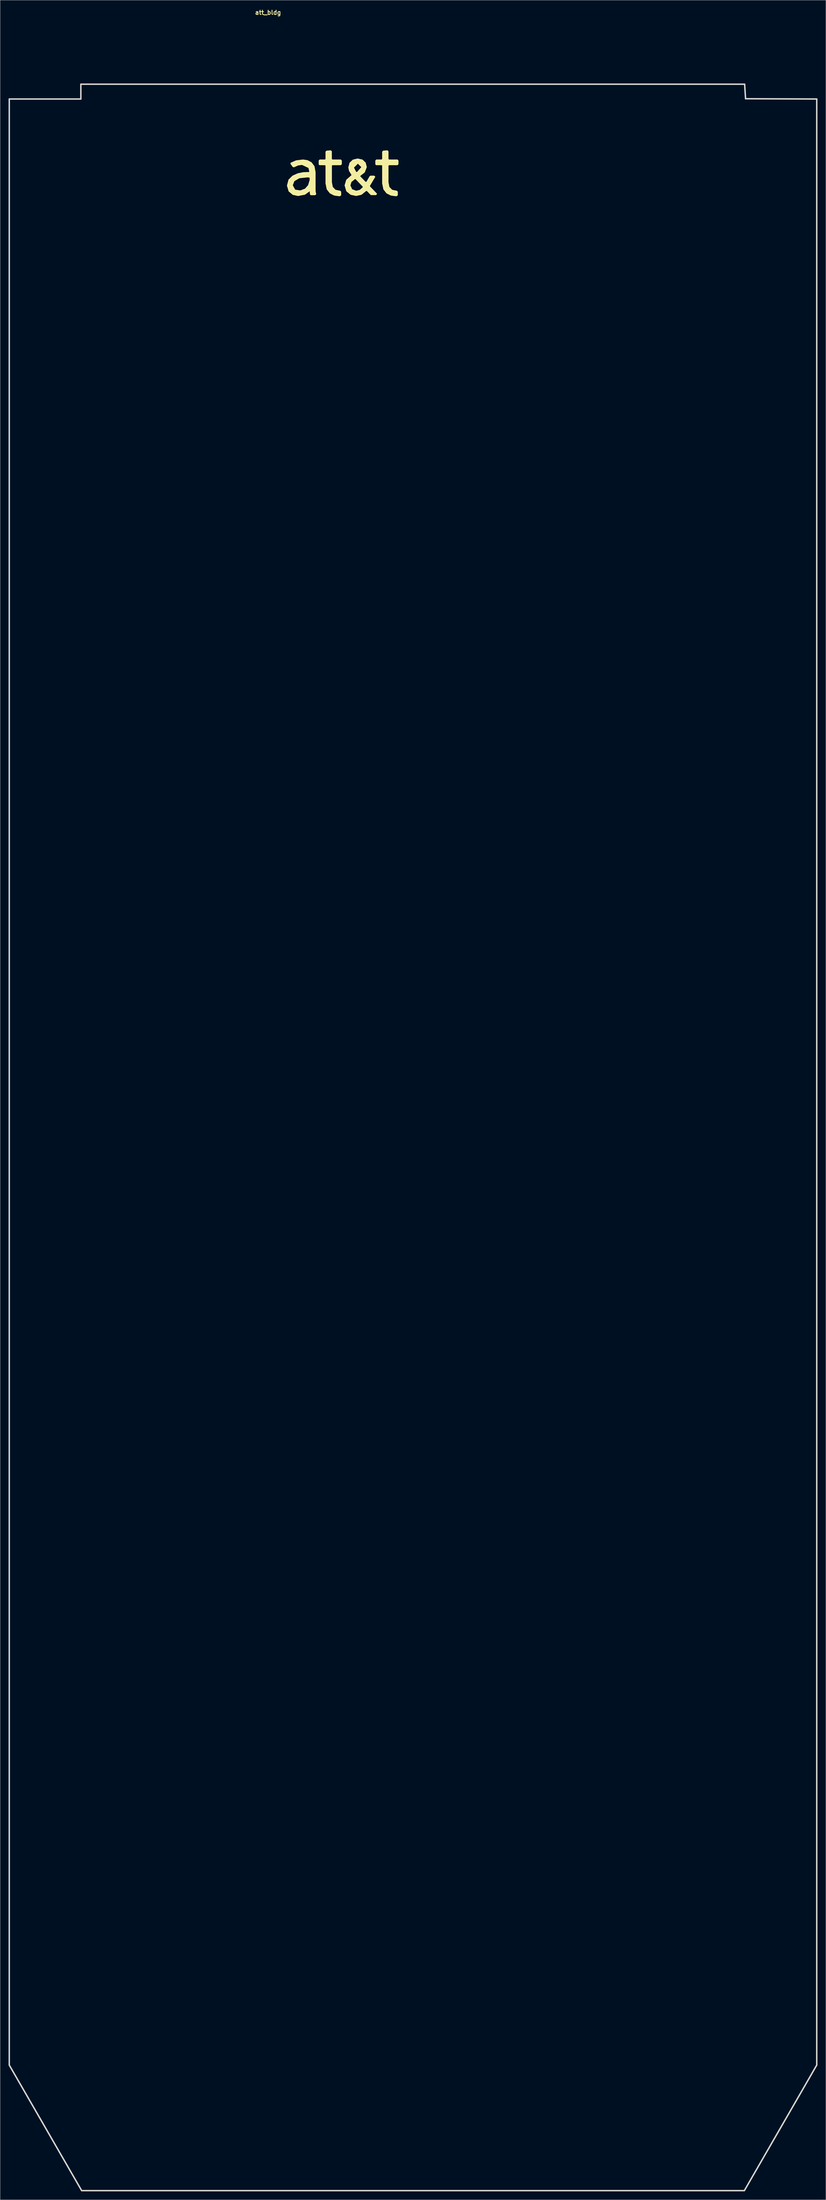
<source format=kicad_pcb>
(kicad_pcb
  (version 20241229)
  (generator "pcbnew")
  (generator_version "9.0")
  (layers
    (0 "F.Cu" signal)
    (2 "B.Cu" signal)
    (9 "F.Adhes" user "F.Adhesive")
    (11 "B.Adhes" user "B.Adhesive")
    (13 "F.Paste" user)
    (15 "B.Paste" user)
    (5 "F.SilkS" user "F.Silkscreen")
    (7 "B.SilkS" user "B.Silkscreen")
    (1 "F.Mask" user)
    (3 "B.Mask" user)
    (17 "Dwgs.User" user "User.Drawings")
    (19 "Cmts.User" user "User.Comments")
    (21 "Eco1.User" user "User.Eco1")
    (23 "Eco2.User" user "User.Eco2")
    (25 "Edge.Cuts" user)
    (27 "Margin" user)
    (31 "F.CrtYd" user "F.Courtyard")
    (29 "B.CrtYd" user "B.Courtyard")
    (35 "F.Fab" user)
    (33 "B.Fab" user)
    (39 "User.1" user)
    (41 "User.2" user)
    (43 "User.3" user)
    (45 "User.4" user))
  (footprint "att_bldg"
    (layer "F.Cu")
    (at 92.807 391.957)
    (property "Reference" "att_bldg" (at 0 -390.531 0) (layer "F.SilkS") (effects (font (size 1.524 1.524) (thickness 0.305))))
    (attr smd)
    (fp_poly (pts (xy -63.683 -304.417) (xy -32.405 -304.417) (xy -32.405 -293.549) (xy -63.683 -293.549) (xy -63.683 -304.417)) (stroke (width 0.254) (type solid)) (fill yes) (layer "F.Mask"))
    (fp_poly (pts (xy -63.683 -288.542) (xy -32.405 -288.542) (xy -32.405 -277.674) (xy -63.683 -277.674) (xy -63.683 -288.542)) (stroke (width 0.254) (type solid)) (fill yes) (layer "F.Mask"))
    (fp_poly (pts (xy -63.683 -272.667) (xy -32.405 -272.667) (xy -32.405 -261.799) (xy -63.683 -261.799) (xy -63.683 -272.667)) (stroke (width 0.254) (type solid)) (fill yes) (layer "F.Mask"))
    (fp_poly (pts (xy -63.683 -256.792) (xy -32.405 -256.792) (xy -32.405 -245.924) (xy -63.683 -245.924) (xy -63.683 -256.792)) (stroke (width 0.254) (type solid)) (fill yes) (layer "F.Mask"))
    (fp_poly (pts (xy -63.683 -240.917) (xy -32.405 -240.917) (xy -32.405 -230.049) (xy -63.683 -230.049) (xy -63.683 -240.917)) (stroke (width 0.254) (type solid)) (fill yes) (layer "F.Mask"))
    (fp_poly (pts (xy -63.683 -225.042) (xy -32.405 -225.042) (xy -32.405 -214.174) (xy -63.683 -214.174) (xy -63.683 -225.042)) (stroke (width 0.254) (type solid)) (fill yes) (layer "F.Mask"))
    (fp_poly (pts (xy -63.683 -209.167) (xy -32.405 -209.167) (xy -32.405 -198.299) (xy -63.683 -198.299) (xy -63.683 -209.167)) (stroke (width 0.254) (type solid)) (fill yes) (layer "F.Mask"))
    (fp_poly (pts (xy -63.683 -193.292) (xy -32.405 -193.292) (xy -32.405 -182.424) (xy -63.683 -182.424) (xy -63.683 -193.292)) (stroke (width 0.254) (type solid)) (fill yes) (layer "F.Mask"))
    (fp_poly (pts (xy -63.683 -177.417) (xy -32.405 -177.417) (xy -32.405 -166.549) (xy -63.683 -166.549) (xy -63.683 -177.417)) (stroke (width 0.254) (type solid)) (fill yes) (layer "F.Mask"))
    (fp_poly (pts (xy -63.683 -161.542) (xy -32.405 -161.542) (xy -32.405 -150.674) (xy -63.683 -150.674) (xy -63.683 -161.542)) (stroke (width 0.254) (type solid)) (fill yes) (layer "F.Mask"))
    (fp_poly (pts (xy -63.683 -145.667) (xy -32.405 -145.667) (xy -32.405 -134.799) (xy -63.683 -134.799) (xy -63.683 -145.667)) (stroke (width 0.254) (type solid)) (fill yes) (layer "F.Mask"))
    (fp_poly (pts (xy -63.683 -129.792) (xy -32.405 -129.792) (xy -32.405 -118.924) (xy -63.683 -118.924) (xy -63.683 -129.792)) (stroke (width 0.254) (type solid)) (fill yes) (layer "F.Mask"))
    (fp_poly (pts (xy -63.683 -113.917) (xy -32.405 -113.917) (xy -32.405 -103.049) (xy -63.683 -103.049) (xy -63.683 -113.917)) (stroke (width 0.254) (type solid)) (fill yes) (layer "F.Mask"))
    (fp_poly (pts (xy -63.683 -98.042) (xy -32.405 -98.042) (xy -32.405 -87.174) (xy -63.683 -87.174) (xy -63.683 -98.042)) (stroke (width 0.254) (type solid)) (fill yes) (layer "F.Mask"))
    (fp_poly (pts (xy -63.683 -82.167) (xy -32.405 -82.167) (xy -32.405 -71.299) (xy -63.683 -71.299) (xy -63.683 -82.167)) (stroke (width 0.254) (type solid)) (fill yes) (layer "F.Mask"))
    (fp_poly (pts (xy -63.683 -66.292) (xy -32.405 -66.292) (xy -32.405 -55.424) (xy -63.683 -55.424) (xy -63.683 -66.292)) (stroke (width 0.254) (type solid)) (fill yes) (layer "F.Mask"))
    (fp_poly (pts (xy -63.683 -50.417) (xy -32.405 -50.417) (xy -32.405 -39.549) (xy -63.683 -39.549) (xy -63.683 -50.417)) (stroke (width 0.254) (type solid)) (fill yes) (layer "F.Mask"))
    (fp_poly (pts (xy -63.683 -34.542) (xy -32.405 -34.542) (xy -32.405 -23.675) (xy -63.683 -23.675) (xy -63.683 -34.542)) (stroke (width 0.254) (type solid)) (fill yes) (layer "F.Mask"))
    (fp_poly (pts (xy -63.683 -18.667) (xy -32.405 -18.667) (xy -32.405 -7.8) (xy -63.683 -7.8) (xy -63.683 -18.667)) (stroke (width 0.254) (type solid)) (fill yes) (layer "F.Mask"))
    (fp_poly (pts (xy -63.683 -2.792) (xy -32.405 -2.792) (xy -32.405 8.075) (xy -63.683 8.075) (xy -63.683 -2.792)) (stroke (width 0.254) (type solid)) (fill yes) (layer "F.Mask"))
    (fp_poly (pts (xy -63.683 13.083) (xy -32.405 13.083) (xy -32.405 23.95) (xy -63.683 23.95) (xy -63.683 13.083)) (stroke (width 0.254) (type solid)) (fill yes) (layer "F.Mask"))
    (fp_poly (pts (xy -63.683 28.958) (xy -32.405 28.958) (xy -32.405 39.825) (xy -63.683 39.825) (xy -63.683 28.958)) (stroke (width 0.254) (type solid)) (fill yes) (layer "F.Mask"))
    (fp_poly (pts (xy -63.683 44.833) (xy -32.405 44.833) (xy -32.405 55.7) (xy -63.683 55.7) (xy -63.683 44.833)) (stroke (width 0.254) (type solid)) (fill yes) (layer "F.Mask"))
    (fp_poly (pts (xy -63.683 60.708) (xy -32.405 60.708) (xy -32.405 71.575) (xy -63.683 71.575) (xy -63.683 60.708)) (stroke (width 0.254) (type solid)) (fill yes) (layer "F.Mask"))
    (fp_poly (pts (xy -63.683 76.583) (xy -32.405 76.583) (xy -32.405 87.45) (xy -63.683 87.45) (xy -63.683 76.583)) (stroke (width 0.254) (type solid)) (fill yes) (layer "F.Mask"))
    (fp_poly (pts (xy -63.683 92.458) (xy -32.405 92.458) (xy -32.405 103.325) (xy -63.683 103.325) (xy -63.683 92.458)) (stroke (width 0.254) (type solid)) (fill yes) (layer "F.Mask"))
    (fp_poly (pts (xy -63.683 108.333) (xy -32.405 108.333) (xy -32.405 119.2) (xy -63.683 119.2) (xy -63.683 108.333)) (stroke (width 0.254) (type solid)) (fill yes) (layer "F.Mask"))
    (fp_poly (pts (xy -63.683 124.208) (xy -32.405 124.208) (xy -32.405 135.075) (xy -63.683 135.075) (xy -63.683 124.208)) (stroke (width 0.254) (type solid)) (fill yes) (layer "F.Mask"))
    (fp_poly (pts (xy -63.683 140.083) (xy -32.405 140.083) (xy -32.405 150.95) (xy -63.683 150.95) (xy -63.683 140.083)) (stroke (width 0.254) (type solid)) (fill yes) (layer "F.Mask"))
    (fp_poly (pts (xy -63.683 155.958) (xy -32.405 155.958) (xy -32.405 166.825) (xy -63.683 166.825) (xy -63.683 155.958)) (stroke (width 0.254) (type solid)) (fill yes) (layer "F.Mask"))
    (fp_poly (pts (xy -63.683 171.833) (xy -32.405 171.833) (xy -32.405 182.7) (xy -63.683 182.7) (xy -63.683 171.833)) (stroke (width 0.254) (type solid)) (fill yes) (layer "F.Mask"))
    (fp_poly (pts (xy -63.683 187.708) (xy -32.405 187.708) (xy -32.405 198.575) (xy -63.683 198.575) (xy -63.683 187.708)) (stroke (width 0.254) (type solid)) (fill yes) (layer "F.Mask"))
    (fp_poly (pts (xy -63.683 203.583) (xy -32.405 203.583) (xy -32.405 214.45) (xy -63.683 214.45) (xy -63.683 203.583)) (stroke (width 0.254) (type solid)) (fill yes) (layer "F.Mask"))
    (fp_poly (pts (xy -63.683 219.458) (xy -32.405 219.458) (xy -32.405 230.325) (xy -63.683 230.325) (xy -63.683 219.458)) (stroke (width 0.254) (type solid)) (fill yes) (layer "F.Mask"))
    (fp_poly (pts (xy -63.683 235.333) (xy -32.405 235.333) (xy -32.405 246.2) (xy -63.683 246.2) (xy -63.683 235.333)) (stroke (width 0.254) (type solid)) (fill yes) (layer "F.Mask"))
    (fp_poly (pts (xy -63.683 251.208) (xy -32.405 251.208) (xy -32.405 262.076) (xy -63.683 262.076) (xy -63.683 251.208)) (stroke (width 0.254) (type solid)) (fill yes) (layer "F.Mask"))
    (fp_poly (pts (xy -63.683 267.083) (xy -32.405 267.083) (xy -32.405 277.951) (xy -63.683 277.951) (xy -63.683 267.083)) (stroke (width 0.254) (type solid)) (fill yes) (layer "F.Mask"))
    (fp_poly (pts (xy -63.683 282.958) (xy -32.405 282.958) (xy -32.405 293.826) (xy -63.683 293.826) (xy -63.683 282.958)) (stroke (width 0.254) (type solid)) (fill yes) (layer "F.Mask"))
    (fp_poly (pts (xy -63.683 298.833) (xy -32.405 298.833) (xy -32.405 309.701) (xy -63.683 309.701) (xy -63.683 298.833)) (stroke (width 0.254) (type solid)) (fill yes) (layer "F.Mask"))
    (fp_poly (pts (xy -63.683 314.709) (xy -32.405 314.709) (xy -32.405 325.576) (xy -63.683 325.576) (xy -63.683 314.709)) (stroke (width 0.254) (type solid)) (fill yes) (layer "F.Mask"))
    (fp_poly (pts (xy -63.683 330.584) (xy -32.405 330.584) (xy -32.405 341.451) (xy -63.683 341.451) (xy -63.683 330.584)) (stroke (width 0.254) (type solid)) (fill yes) (layer "F.Mask"))
    (fp_poly (pts (xy -25.583 -304.417) (xy 5.695 -304.417) (xy 5.695 -293.549) (xy -25.583 -293.549) (xy -25.583 -304.417)) (stroke (width 0.254) (type solid)) (fill yes) (layer "F.Mask"))
    (fp_poly (pts (xy -25.583 -288.542) (xy 5.695 -288.542) (xy 5.695 -277.674) (xy -25.583 -277.674) (xy -25.583 -288.542)) (stroke (width 0.254) (type solid)) (fill yes) (layer "F.Mask"))
    (fp_poly (pts (xy -25.583 -272.667) (xy 5.695 -272.667) (xy 5.695 -261.799) (xy -25.583 -261.799) (xy -25.583 -272.667)) (stroke (width 0.254) (type solid)) (fill yes) (layer "F.Mask"))
    (fp_poly (pts (xy -25.583 -256.792) (xy 5.695 -256.792) (xy 5.695 -245.924) (xy -25.583 -245.924) (xy -25.583 -256.792)) (stroke (width 0.254) (type solid)) (fill yes) (layer "F.Mask"))
    (fp_poly (pts (xy -25.583 -240.917) (xy 5.695 -240.917) (xy 5.695 -230.049) (xy -25.583 -230.049) (xy -25.583 -240.917)) (stroke (width 0.254) (type solid)) (fill yes) (layer "F.Mask"))
    (fp_poly (pts (xy -25.583 -225.042) (xy 5.695 -225.042) (xy 5.695 -214.174) (xy -25.583 -214.174) (xy -25.583 -225.042)) (stroke (width 0.254) (type solid)) (fill yes) (layer "F.Mask"))
    (fp_poly (pts (xy -25.583 -209.167) (xy 5.695 -209.167) (xy 5.695 -198.299) (xy -25.583 -198.299) (xy -25.583 -209.167)) (stroke (width 0.254) (type solid)) (fill yes) (layer "F.Mask"))
    (fp_poly (pts (xy -25.583 -193.292) (xy 5.695 -193.292) (xy 5.695 -182.424) (xy -25.583 -182.424) (xy -25.583 -193.292)) (stroke (width 0.254) (type solid)) (fill yes) (layer "F.Mask"))
    (fp_poly (pts (xy -25.583 -177.417) (xy 5.695 -177.417) (xy 5.695 -166.549) (xy -25.583 -166.549) (xy -25.583 -177.417)) (stroke (width 0.254) (type solid)) (fill yes) (layer "F.Mask"))
    (fp_poly (pts (xy -25.583 -161.542) (xy 5.695 -161.542) (xy 5.695 -150.674) (xy -25.583 -150.674) (xy -25.583 -161.542)) (stroke (width 0.254) (type solid)) (fill yes) (layer "F.Mask"))
    (fp_poly (pts (xy -25.583 -145.667) (xy 5.695 -145.667) (xy 5.695 -134.799) (xy -25.583 -134.799) (xy -25.583 -145.667)) (stroke (width 0.254) (type solid)) (fill yes) (layer "F.Mask"))
    (fp_poly (pts (xy -25.583 -129.792) (xy 5.695 -129.792) (xy 5.695 -118.924) (xy -25.583 -118.924) (xy -25.583 -129.792)) (stroke (width 0.254) (type solid)) (fill yes) (layer "F.Mask"))
    (fp_poly (pts (xy -25.583 -113.917) (xy 5.695 -113.917) (xy 5.695 -103.049) (xy -25.583 -103.049) (xy -25.583 -113.917)) (stroke (width 0.254) (type solid)) (fill yes) (layer "F.Mask"))
    (fp_poly (pts (xy -25.583 -98.042) (xy 5.695 -98.042) (xy 5.695 -87.174) (xy -25.583 -87.174) (xy -25.583 -98.042)) (stroke (width 0.254) (type solid)) (fill yes) (layer "F.Mask"))
    (fp_poly (pts (xy -25.583 -82.167) (xy 5.695 -82.167) (xy 5.695 -71.299) (xy -25.583 -71.299) (xy -25.583 -82.167)) (stroke (width 0.254) (type solid)) (fill yes) (layer "F.Mask"))
    (fp_poly (pts (xy -25.583 -66.292) (xy 5.695 -66.292) (xy 5.695 -55.424) (xy -25.583 -55.424) (xy -25.583 -66.292)) (stroke (width 0.254) (type solid)) (fill yes) (layer "F.Mask"))
    (fp_poly (pts (xy -25.583 -50.417) (xy 5.695 -50.417) (xy 5.695 -39.549) (xy -25.583 -39.549) (xy -25.583 -50.417)) (stroke (width 0.254) (type solid)) (fill yes) (layer "F.Mask"))
    (fp_poly (pts (xy -25.583 -34.542) (xy 5.695 -34.542) (xy 5.695 -23.675) (xy -25.583 -23.675) (xy -25.583 -34.542)) (stroke (width 0.254) (type solid)) (fill yes) (layer "F.Mask"))
    (fp_poly (pts (xy -25.583 -18.667) (xy 5.695 -18.667) (xy 5.695 -7.8) (xy -25.583 -7.8) (xy -25.583 -18.667)) (stroke (width 0.254) (type solid)) (fill yes) (layer "F.Mask"))
    (fp_poly (pts (xy -25.583 -2.792) (xy 5.695 -2.792) (xy 5.695 8.075) (xy -25.583 8.075) (xy -25.583 -2.792)) (stroke (width 0.254) (type solid)) (fill yes) (layer "F.Mask"))
    (fp_poly (pts (xy -25.583 13.083) (xy 5.695 13.083) (xy 5.695 23.95) (xy -25.583 23.95) (xy -25.583 13.083)) (stroke (width 0.254) (type solid)) (fill yes) (layer "F.Mask"))
    (fp_poly (pts (xy -25.583 28.958) (xy 5.695 28.958) (xy 5.695 39.825) (xy -25.583 39.825) (xy -25.583 28.958)) (stroke (width 0.254) (type solid)) (fill yes) (layer "F.Mask"))
    (fp_poly (pts (xy -25.583 44.833) (xy 5.695 44.833) (xy 5.695 55.7) (xy -25.583 55.7) (xy -25.583 44.833)) (stroke (width 0.254) (type solid)) (fill yes) (layer "F.Mask"))
    (fp_poly (pts (xy -25.583 60.708) (xy 5.695 60.708) (xy 5.695 71.575) (xy -25.583 71.575) (xy -25.583 60.708)) (stroke (width 0.254) (type solid)) (fill yes) (layer "F.Mask"))
    (fp_poly (pts (xy -25.583 76.583) (xy 5.695 76.583) (xy 5.695 87.45) (xy -25.583 87.45) (xy -25.583 76.583)) (stroke (width 0.254) (type solid)) (fill yes) (layer "F.Mask"))
    (fp_poly (pts (xy -25.583 92.458) (xy 5.695 92.458) (xy 5.695 103.325) (xy -25.583 103.325) (xy -25.583 92.458)) (stroke (width 0.254) (type solid)) (fill yes) (layer "F.Mask"))
    (fp_poly (pts (xy -25.583 108.333) (xy 5.695 108.333) (xy 5.695 119.2) (xy -25.583 119.2) (xy -25.583 108.333)) (stroke (width 0.254) (type solid)) (fill yes) (layer "F.Mask"))
    (fp_poly (pts (xy -25.583 124.208) (xy 5.695 124.208) (xy 5.695 135.075) (xy -25.583 135.075) (xy -25.583 124.208)) (stroke (width 0.254) (type solid)) (fill yes) (layer "F.Mask"))
    (fp_poly (pts (xy -25.583 140.083) (xy 5.695 140.083) (xy 5.695 150.95) (xy -25.583 150.95) (xy -25.583 140.083)) (stroke (width 0.254) (type solid)) (fill yes) (layer "F.Mask"))
    (fp_poly (pts (xy -25.583 155.958) (xy 5.695 155.958) (xy 5.695 166.825) (xy -25.583 166.825) (xy -25.583 155.958)) (stroke (width 0.254) (type solid)) (fill yes) (layer "F.Mask"))
    (fp_poly (pts (xy -25.583 171.833) (xy 5.695 171.833) (xy 5.695 182.7) (xy -25.583 182.7) (xy -25.583 171.833)) (stroke (width 0.254) (type solid)) (fill yes) (layer "F.Mask"))
    (fp_poly (pts (xy -25.583 187.708) (xy 5.695 187.708) (xy 5.695 198.575) (xy -25.583 198.575) (xy -25.583 187.708)) (stroke (width 0.254) (type solid)) (fill yes) (layer "F.Mask"))
    (fp_poly (pts (xy -25.583 203.583) (xy 5.695 203.583) (xy 5.695 214.45) (xy -25.583 214.45) (xy -25.583 203.583)) (stroke (width 0.254) (type solid)) (fill yes) (layer "F.Mask"))
    (fp_poly (pts (xy -25.583 219.458) (xy 5.695 219.458) (xy 5.695 230.325) (xy -25.583 230.325) (xy -25.583 219.458)) (stroke (width 0.254) (type solid)) (fill yes) (layer "F.Mask"))
    (fp_poly (pts (xy -25.583 235.333) (xy 5.695 235.333) (xy 5.695 246.2) (xy -25.583 246.2) (xy -25.583 235.333)) (stroke (width 0.254) (type solid)) (fill yes) (layer "F.Mask"))
    (fp_poly (pts (xy -25.583 251.208) (xy 5.695 251.208) (xy 5.695 262.076) (xy -25.583 262.076) (xy -25.583 251.208)) (stroke (width 0.254) (type solid)) (fill yes) (layer "F.Mask"))
    (fp_poly (pts (xy -25.583 267.083) (xy 5.695 267.083) (xy 5.695 277.951) (xy -25.583 277.951) (xy -25.583 267.083)) (stroke (width 0.254) (type solid)) (fill yes) (layer "F.Mask"))
    (fp_poly (pts (xy -25.583 282.958) (xy 5.695 282.958) (xy 5.695 293.826) (xy -25.583 293.826) (xy -25.583 282.958)) (stroke (width 0.254) (type solid)) (fill yes) (layer "F.Mask"))
    (fp_poly (pts (xy -25.583 298.833) (xy 5.695 298.833) (xy 5.695 309.701) (xy -25.583 309.701) (xy -25.583 298.833)) (stroke (width 0.254) (type solid)) (fill yes) (layer "F.Mask"))
    (fp_poly (pts (xy -25.583 314.709) (xy 5.695 314.709) (xy 5.695 325.576) (xy -25.583 325.576) (xy -25.583 314.709)) (stroke (width 0.254) (type solid)) (fill yes) (layer "F.Mask"))
    (fp_poly (pts (xy -25.583 330.584) (xy 5.695 330.584) (xy 5.695 341.451) (xy -25.583 341.451) (xy -25.583 330.584)) (stroke (width 0.254) (type solid)) (fill yes) (layer "F.Mask"))
    (fp_poly (pts (xy 13.046 -304.417) (xy 44.324 -304.417) (xy 44.324 -293.549) (xy 13.046 -293.549) (xy 13.046 -304.417)) (stroke (width 0.254) (type solid)) (fill yes) (layer "F.Mask"))
    (fp_poly (pts (xy 13.046 -288.542) (xy 44.324 -288.542) (xy 44.324 -277.674) (xy 13.046 -277.674) (xy 13.046 -288.542)) (stroke (width 0.254) (type solid)) (fill yes) (layer "F.Mask"))
    (fp_poly (pts (xy 13.046 -272.667) (xy 44.324 -272.667) (xy 44.324 -261.799) (xy 13.046 -261.799) (xy 13.046 -272.667)) (stroke (width 0.254) (type solid)) (fill yes) (layer "F.Mask"))
    (fp_poly (pts (xy 13.046 -256.792) (xy 44.324 -256.792) (xy 44.324 -245.924) (xy 13.046 -245.924) (xy 13.046 -256.792)) (stroke (width 0.254) (type solid)) (fill yes) (layer "F.Mask"))
    (fp_poly (pts (xy 13.046 -240.917) (xy 44.324 -240.917) (xy 44.324 -230.049) (xy 13.046 -230.049) (xy 13.046 -240.917)) (stroke (width 0.254) (type solid)) (fill yes) (layer "F.Mask"))
    (fp_poly (pts (xy 13.046 -225.042) (xy 44.324 -225.042) (xy 44.324 -214.174) (xy 13.046 -214.174) (xy 13.046 -225.042)) (stroke (width 0.254) (type solid)) (fill yes) (layer "F.Mask"))
    (fp_poly (pts (xy 13.046 -209.167) (xy 44.324 -209.167) (xy 44.324 -198.299) (xy 13.046 -198.299) (xy 13.046 -209.167)) (stroke (width 0.254) (type solid)) (fill yes) (layer "F.Mask"))
    (fp_poly (pts (xy 13.046 -193.292) (xy 44.324 -193.292) (xy 44.324 -182.424) (xy 13.046 -182.424) (xy 13.046 -193.292)) (stroke (width 0.254) (type solid)) (fill yes) (layer "F.Mask"))
    (fp_poly (pts (xy 13.046 -177.417) (xy 44.324 -177.417) (xy 44.324 -166.549) (xy 13.046 -166.549) (xy 13.046 -177.417)) (stroke (width 0.254) (type solid)) (fill yes) (layer "F.Mask"))
    (fp_poly (pts (xy 13.046 -161.542) (xy 44.324 -161.542) (xy 44.324 -150.674) (xy 13.046 -150.674) (xy 13.046 -161.542)) (stroke (width 0.254) (type solid)) (fill yes) (layer "F.Mask"))
    (fp_poly (pts (xy 13.046 -145.667) (xy 44.324 -145.667) (xy 44.324 -134.799) (xy 13.046 -134.799) (xy 13.046 -145.667)) (stroke (width 0.254) (type solid)) (fill yes) (layer "F.Mask"))
    (fp_poly (pts (xy 13.046 -129.792) (xy 44.324 -129.792) (xy 44.324 -118.924) (xy 13.046 -118.924) (xy 13.046 -129.792)) (stroke (width 0.254) (type solid)) (fill yes) (layer "F.Mask"))
    (fp_poly (pts (xy 13.046 -113.917) (xy 44.324 -113.917) (xy 44.324 -103.049) (xy 13.046 -103.049) (xy 13.046 -113.917)) (stroke (width 0.254) (type solid)) (fill yes) (layer "F.Mask"))
    (fp_poly (pts (xy 13.046 -98.042) (xy 44.324 -98.042) (xy 44.324 -87.174) (xy 13.046 -87.174) (xy 13.046 -98.042)) (stroke (width 0.254) (type solid)) (fill yes) (layer "F.Mask"))
    (fp_poly (pts (xy 13.046 -82.167) (xy 44.324 -82.167) (xy 44.324 -71.299) (xy 13.046 -71.299) (xy 13.046 -82.167)) (stroke (width 0.254) (type solid)) (fill yes) (layer "F.Mask"))
    (fp_poly (pts (xy 13.046 -66.292) (xy 44.324 -66.292) (xy 44.324 -55.424) (xy 13.046 -55.424) (xy 13.046 -66.292)) (stroke (width 0.254) (type solid)) (fill yes) (layer "F.Mask"))
    (fp_poly (pts (xy 13.046 -50.417) (xy 44.324 -50.417) (xy 44.324 -39.549) (xy 13.046 -39.549) (xy 13.046 -50.417)) (stroke (width 0.254) (type solid)) (fill yes) (layer "F.Mask"))
    (fp_poly (pts (xy 13.046 -34.542) (xy 44.324 -34.542) (xy 44.324 -23.675) (xy 13.046 -23.675) (xy 13.046 -34.542)) (stroke (width 0.254) (type solid)) (fill yes) (layer "F.Mask"))
    (fp_poly (pts (xy 13.046 -18.667) (xy 44.324 -18.667) (xy 44.324 -7.8) (xy 13.046 -7.8) (xy 13.046 -18.667)) (stroke (width 0.254) (type solid)) (fill yes) (layer "F.Mask"))
    (fp_poly (pts (xy 13.046 -2.792) (xy 44.324 -2.792) (xy 44.324 8.075) (xy 13.046 8.075) (xy 13.046 -2.792)) (stroke (width 0.254) (type solid)) (fill yes) (layer "F.Mask"))
    (fp_poly (pts (xy 13.046 13.083) (xy 44.324 13.083) (xy 44.324 23.95) (xy 13.046 23.95) (xy 13.046 13.083)) (stroke (width 0.254) (type solid)) (fill yes) (layer "F.Mask"))
    (fp_poly (pts (xy 13.046 28.958) (xy 44.324 28.958) (xy 44.324 39.825) (xy 13.046 39.825) (xy 13.046 28.958)) (stroke (width 0.254) (type solid)) (fill yes) (layer "F.Mask"))
    (fp_poly (pts (xy 13.046 44.833) (xy 44.324 44.833) (xy 44.324 55.7) (xy 13.046 55.7) (xy 13.046 44.833)) (stroke (width 0.254) (type solid)) (fill yes) (layer "F.Mask"))
    (fp_poly (pts (xy 13.046 60.708) (xy 44.324 60.708) (xy 44.324 71.575) (xy 13.046 71.575) (xy 13.046 60.708)) (stroke (width 0.254) (type solid)) (fill yes) (layer "F.Mask"))
    (fp_poly (pts (xy 13.046 76.583) (xy 44.324 76.583) (xy 44.324 87.45) (xy 13.046 87.45) (xy 13.046 76.583)) (stroke (width 0.254) (type solid)) (fill yes) (layer "F.Mask"))
    (fp_poly (pts (xy 13.046 92.458) (xy 44.324 92.458) (xy 44.324 103.325) (xy 13.046 103.325) (xy 13.046 92.458)) (stroke (width 0.254) (type solid)) (fill yes) (layer "F.Mask"))
    (fp_poly (pts (xy 13.046 108.333) (xy 44.324 108.333) (xy 44.324 119.2) (xy 13.046 119.2) (xy 13.046 108.333)) (stroke (width 0.254) (type solid)) (fill yes) (layer "F.Mask"))
    (fp_poly (pts (xy 13.046 124.208) (xy 44.324 124.208) (xy 44.324 135.075) (xy 13.046 135.075) (xy 13.046 124.208)) (stroke (width 0.254) (type solid)) (fill yes) (layer "F.Mask"))
    (fp_poly (pts (xy 13.046 140.083) (xy 44.324 140.083) (xy 44.324 150.95) (xy 13.046 150.95) (xy 13.046 140.083)) (stroke (width 0.254) (type solid)) (fill yes) (layer "F.Mask"))
    (fp_poly (pts (xy 13.046 155.958) (xy 44.324 155.958) (xy 44.324 166.825) (xy 13.046 166.825) (xy 13.046 155.958)) (stroke (width 0.254) (type solid)) (fill yes) (layer "F.Mask"))
    (fp_poly (pts (xy 13.046 171.833) (xy 44.324 171.833) (xy 44.324 182.7) (xy 13.046 182.7) (xy 13.046 171.833)) (stroke (width 0.254) (type solid)) (fill yes) (layer "F.Mask"))
    (fp_poly (pts (xy 13.046 187.708) (xy 44.324 187.708) (xy 44.324 198.575) (xy 13.046 198.575) (xy 13.046 187.708)) (stroke (width 0.254) (type solid)) (fill yes) (layer "F.Mask"))
    (fp_poly (pts (xy 13.046 203.583) (xy 44.324 203.583) (xy 44.324 214.45) (xy 13.046 214.45) (xy 13.046 203.583)) (stroke (width 0.254) (type solid)) (fill yes) (layer "F.Mask"))
    (fp_poly (pts (xy 13.046 219.458) (xy 44.324 219.458) (xy 44.324 230.325) (xy 13.046 230.325) (xy 13.046 219.458)) (stroke (width 0.254) (type solid)) (fill yes) (layer "F.Mask"))
    (fp_poly (pts (xy 13.046 235.333) (xy 44.324 235.333) (xy 44.324 246.2) (xy 13.046 246.2) (xy 13.046 235.333)) (stroke (width 0.254) (type solid)) (fill yes) (layer "F.Mask"))
    (fp_poly (pts (xy 13.046 251.208) (xy 44.324 251.208) (xy 44.324 262.076) (xy 13.046 262.076) (xy 13.046 251.208)) (stroke (width 0.254) (type solid)) (fill yes) (layer "F.Mask"))
    (fp_poly (pts (xy 13.046 267.083) (xy 44.324 267.083) (xy 44.324 277.951) (xy 13.046 277.951) (xy 13.046 267.083)) (stroke (width 0.254) (type solid)) (fill yes) (layer "F.Mask"))
    (fp_poly (pts (xy 13.046 282.958) (xy 44.324 282.958) (xy 44.324 293.826) (xy 13.046 293.826) (xy 13.046 282.958)) (stroke (width 0.254) (type solid)) (fill yes) (layer "F.Mask"))
    (fp_poly (pts (xy 13.046 298.833) (xy 44.324 298.833) (xy 44.324 309.701) (xy 13.046 309.701) (xy 13.046 298.833)) (stroke (width 0.254) (type solid)) (fill yes) (layer "F.Mask"))
    (fp_poly (pts (xy 13.046 314.709) (xy 44.324 314.709) (xy 44.324 325.576) (xy 13.046 325.576) (xy 13.046 314.709)) (stroke (width 0.254) (type solid)) (fill yes) (layer "F.Mask"))
    (fp_poly (pts (xy 13.046 330.584) (xy 44.324 330.584) (xy 44.324 341.451) (xy 13.046 341.451) (xy 13.046 330.584)) (stroke (width 0.254) (type solid)) (fill yes) (layer "F.Mask"))
    (fp_poly (pts (xy 51.675 -304.417) (xy 82.953 -304.417) (xy 82.953 -293.549) (xy 51.675 -293.549) (xy 51.675 -304.417)) (stroke (width 0.254) (type solid)) (fill yes) (layer "F.Mask"))
    (fp_poly (pts (xy 51.675 -288.542) (xy 82.953 -288.542) (xy 82.953 -277.674) (xy 51.675 -277.674) (xy 51.675 -288.542)) (stroke (width 0.254) (type solid)) (fill yes) (layer "F.Mask"))
    (fp_poly (pts (xy 51.675 -272.667) (xy 82.953 -272.667) (xy 82.953 -261.799) (xy 51.675 -261.799) (xy 51.675 -272.667)) (stroke (width 0.254) (type solid)) (fill yes) (layer "F.Mask"))
    (fp_poly (pts (xy 51.675 -256.792) (xy 82.953 -256.792) (xy 82.953 -245.924) (xy 51.675 -245.924) (xy 51.675 -256.792)) (stroke (width 0.254) (type solid)) (fill yes) (layer "F.Mask"))
    (fp_poly (pts (xy 51.675 -240.917) (xy 82.953 -240.917) (xy 82.953 -230.049) (xy 51.675 -230.049) (xy 51.675 -240.917)) (stroke (width 0.254) (type solid)) (fill yes) (layer "F.Mask"))
    (fp_poly (pts (xy 51.675 -225.042) (xy 82.953 -225.042) (xy 82.953 -214.174) (xy 51.675 -214.174) (xy 51.675 -225.042)) (stroke (width 0.254) (type solid)) (fill yes) (layer "F.Mask"))
    (fp_poly (pts (xy 51.675 -209.167) (xy 82.953 -209.167) (xy 82.953 -198.299) (xy 51.675 -198.299) (xy 51.675 -209.167)) (stroke (width 0.254) (type solid)) (fill yes) (layer "F.Mask"))
    (fp_poly (pts (xy 51.675 -193.292) (xy 82.953 -193.292) (xy 82.953 -182.424) (xy 51.675 -182.424) (xy 51.675 -193.292)) (stroke (width 0.254) (type solid)) (fill yes) (layer "F.Mask"))
    (fp_poly (pts (xy 51.675 -177.417) (xy 82.953 -177.417) (xy 82.953 -166.549) (xy 51.675 -166.549) (xy 51.675 -177.417)) (stroke (width 0.254) (type solid)) (fill yes) (layer "F.Mask"))
    (fp_poly (pts (xy 51.675 -161.542) (xy 82.953 -161.542) (xy 82.953 -150.674) (xy 51.675 -150.674) (xy 51.675 -161.542)) (stroke (width 0.254) (type solid)) (fill yes) (layer "F.Mask"))
    (fp_poly (pts (xy 51.675 -145.667) (xy 82.953 -145.667) (xy 82.953 -134.799) (xy 51.675 -134.799) (xy 51.675 -145.667)) (stroke (width 0.254) (type solid)) (fill yes) (layer "F.Mask"))
    (fp_poly (pts (xy 51.675 -129.792) (xy 82.953 -129.792) (xy 82.953 -118.924) (xy 51.675 -118.924) (xy 51.675 -129.792)) (stroke (width 0.254) (type solid)) (fill yes) (layer "F.Mask"))
    (fp_poly (pts (xy 51.675 -113.917) (xy 82.953 -113.917) (xy 82.953 -103.049) (xy 51.675 -103.049) (xy 51.675 -113.917)) (stroke (width 0.254) (type solid)) (fill yes) (layer "F.Mask"))
    (fp_poly (pts (xy 51.675 -98.042) (xy 82.953 -98.042) (xy 82.953 -87.174) (xy 51.675 -87.174) (xy 51.675 -98.042)) (stroke (width 0.254) (type solid)) (fill yes) (layer "F.Mask"))
    (fp_poly (pts (xy 51.675 -82.167) (xy 82.953 -82.167) (xy 82.953 -71.299) (xy 51.675 -71.299) (xy 51.675 -82.167)) (stroke (width 0.254) (type solid)) (fill yes) (layer "F.Mask"))
    (fp_poly (pts (xy 51.675 -66.292) (xy 82.953 -66.292) (xy 82.953 -55.424) (xy 51.675 -55.424) (xy 51.675 -66.292)) (stroke (width 0.254) (type solid)) (fill yes) (layer "F.Mask"))
    (fp_poly (pts (xy 51.675 -50.417) (xy 82.953 -50.417) (xy 82.953 -39.549) (xy 51.675 -39.549) (xy 51.675 -50.417)) (stroke (width 0.254) (type solid)) (fill yes) (layer "F.Mask"))
    (fp_poly (pts (xy 51.675 -34.542) (xy 82.953 -34.542) (xy 82.953 -23.675) (xy 51.675 -23.675) (xy 51.675 -34.542)) (stroke (width 0.254) (type solid)) (fill yes) (layer "F.Mask"))
    (fp_poly (pts (xy 51.675 -18.667) (xy 82.953 -18.667) (xy 82.953 -7.8) (xy 51.675 -7.8) (xy 51.675 -18.667)) (stroke (width 0.254) (type solid)) (fill yes) (layer "F.Mask"))
    (fp_poly (pts (xy 51.675 -2.792) (xy 82.953 -2.792) (xy 82.953 8.075) (xy 51.675 8.075) (xy 51.675 -2.792)) (stroke (width 0.254) (type solid)) (fill yes) (layer "F.Mask"))
    (fp_poly (pts (xy 51.675 13.083) (xy 82.953 13.083) (xy 82.953 23.95) (xy 51.675 23.95) (xy 51.675 13.083)) (stroke (width 0.254) (type solid)) (fill yes) (layer "F.Mask"))
    (fp_poly (pts (xy 51.675 28.958) (xy 82.953 28.958) (xy 82.953 39.825) (xy 51.675 39.825) (xy 51.675 28.958)) (stroke (width 0.254) (type solid)) (fill yes) (layer "F.Mask"))
    (fp_poly (pts (xy 51.675 44.833) (xy 82.953 44.833) (xy 82.953 55.7) (xy 51.675 55.7) (xy 51.675 44.833)) (stroke (width 0.254) (type solid)) (fill yes) (layer "F.Mask"))
    (fp_poly (pts (xy 51.675 60.708) (xy 82.953 60.708) (xy 82.953 71.575) (xy 51.675 71.575) (xy 51.675 60.708)) (stroke (width 0.254) (type solid)) (fill yes) (layer "F.Mask"))
    (fp_poly (pts (xy 51.675 76.583) (xy 82.953 76.583) (xy 82.953 87.45) (xy 51.675 87.45) (xy 51.675 76.583)) (stroke (width 0.254) (type solid)) (fill yes) (layer "F.Mask"))
    (fp_poly (pts (xy 51.675 92.458) (xy 82.953 92.458) (xy 82.953 103.325) (xy 51.675 103.325) (xy 51.675 92.458)) (stroke (width 0.254) (type solid)) (fill yes) (layer "F.Mask"))
    (fp_poly (pts (xy 51.675 108.333) (xy 82.953 108.333) (xy 82.953 119.2) (xy 51.675 119.2) (xy 51.675 108.333)) (stroke (width 0.254) (type solid)) (fill yes) (layer "F.Mask"))
    (fp_poly (pts (xy 51.675 124.208) (xy 82.953 124.208) (xy 82.953 135.075) (xy 51.675 135.075) (xy 51.675 124.208)) (stroke (width 0.254) (type solid)) (fill yes) (layer "F.Mask"))
    (fp_poly (pts (xy 51.675 140.083) (xy 82.953 140.083) (xy 82.953 150.95) (xy 51.675 150.95) (xy 51.675 140.083)) (stroke (width 0.254) (type solid)) (fill yes) (layer "F.Mask"))
    (fp_poly (pts (xy 51.675 155.958) (xy 82.953 155.958) (xy 82.953 166.825) (xy 51.675 166.825) (xy 51.675 155.958)) (stroke (width 0.254) (type solid)) (fill yes) (layer "F.Mask"))
    (fp_poly (pts (xy 51.675 171.833) (xy 82.953 171.833) (xy 82.953 182.7) (xy 51.675 182.7) (xy 51.675 171.833)) (stroke (width 0.254) (type solid)) (fill yes) (layer "F.Mask"))
    (fp_poly (pts (xy 51.675 187.708) (xy 82.953 187.708) (xy 82.953 198.575) (xy 51.675 198.575) (xy 51.675 187.708)) (stroke (width 0.254) (type solid)) (fill yes) (layer "F.Mask"))
    (fp_poly (pts (xy 51.675 203.583) (xy 82.953 203.583) (xy 82.953 214.45) (xy 51.675 214.45) (xy 51.675 203.583)) (stroke (width 0.254) (type solid)) (fill yes) (layer "F.Mask"))
    (fp_poly (pts (xy 51.675 219.458) (xy 82.953 219.458) (xy 82.953 230.325) (xy 51.675 230.325) (xy 51.675 219.458)) (stroke (width 0.254) (type solid)) (fill yes) (layer "F.Mask"))
    (fp_poly (pts (xy 51.675 235.333) (xy 82.953 235.333) (xy 82.953 246.2) (xy 51.675 246.2) (xy 51.675 235.333)) (stroke (width 0.254) (type solid)) (fill yes) (layer "F.Mask"))
    (fp_poly (pts (xy 51.675 251.208) (xy 82.953 251.208) (xy 82.953 262.076) (xy 51.675 262.076) (xy 51.675 251.208)) (stroke (width 0.254) (type solid)) (fill yes) (layer "F.Mask"))
    (fp_poly (pts (xy 51.675 267.083) (xy 82.953 267.083) (xy 82.953 277.951) (xy 51.675 277.951) (xy 51.675 267.083)) (stroke (width 0.254) (type solid)) (fill yes) (layer "F.Mask"))
    (fp_poly (pts (xy 51.675 282.958) (xy 82.953 282.958) (xy 82.953 293.826) (xy 51.675 293.826) (xy 51.675 282.958)) (stroke (width 0.254) (type solid)) (fill yes) (layer "F.Mask"))
    (fp_poly (pts (xy 51.675 298.833) (xy 82.953 298.833) (xy 82.953 309.701) (xy 51.675 309.701) (xy 51.675 298.833)) (stroke (width 0.254) (type solid)) (fill yes) (layer "F.Mask"))
    (fp_poly (pts (xy 51.675 314.709) (xy 82.953 314.709) (xy 82.953 325.576) (xy 51.675 325.576) (xy 51.675 314.709)) (stroke (width 0.254) (type solid)) (fill yes) (layer "F.Mask"))
    (fp_poly (pts (xy 51.675 330.584) (xy 82.953 330.584) (xy 82.953 341.451) (xy 51.675 341.451) (xy 51.675 330.584)) (stroke (width 0.254) (type solid)) (fill yes) (layer "F.Mask"))
    (fp_poly (pts (xy 90.305 -304.417) (xy 121.582 -304.417) (xy 121.582 -293.549) (xy 90.305 -293.549) (xy 90.305 -304.417)) (stroke (width 0.254) (type solid)) (fill yes) (layer "F.Mask"))
    (fp_poly (pts (xy 90.305 -288.542) (xy 121.582 -288.542) (xy 121.582 -277.674) (xy 90.305 -277.674) (xy 90.305 -288.542)) (stroke (width 0.254) (type solid)) (fill yes) (layer "F.Mask"))
    (fp_poly (pts (xy 90.305 -272.667) (xy 121.582 -272.667) (xy 121.582 -261.799) (xy 90.305 -261.799) (xy 90.305 -272.667)) (stroke (width 0.254) (type solid)) (fill yes) (layer "F.Mask"))
    (fp_poly (pts (xy 90.305 -256.792) (xy 121.582 -256.792) (xy 121.582 -245.924) (xy 90.305 -245.924) (xy 90.305 -256.792)) (stroke (width 0.254) (type solid)) (fill yes) (layer "F.Mask"))
    (fp_poly (pts (xy 90.305 -240.917) (xy 121.582 -240.917) (xy 121.582 -230.049) (xy 90.305 -230.049) (xy 90.305 -240.917)) (stroke (width 0.254) (type solid)) (fill yes) (layer "F.Mask"))
    (fp_poly (pts (xy 90.305 -225.042) (xy 121.582 -225.042) (xy 121.582 -214.174) (xy 90.305 -214.174) (xy 90.305 -225.042)) (stroke (width 0.254) (type solid)) (fill yes) (layer "F.Mask"))
    (fp_poly (pts (xy 90.305 -209.167) (xy 121.582 -209.167) (xy 121.582 -198.299) (xy 90.305 -198.299) (xy 90.305 -209.167)) (stroke (width 0.254) (type solid)) (fill yes) (layer "F.Mask"))
    (fp_poly (pts (xy 90.305 -193.292) (xy 121.582 -193.292) (xy 121.582 -182.424) (xy 90.305 -182.424) (xy 90.305 -193.292)) (stroke (width 0.254) (type solid)) (fill yes) (layer "F.Mask"))
    (fp_poly (pts (xy 90.305 -177.417) (xy 121.582 -177.417) (xy 121.582 -166.549) (xy 90.305 -166.549) (xy 90.305 -177.417)) (stroke (width 0.254) (type solid)) (fill yes) (layer "F.Mask"))
    (fp_poly (pts (xy 90.305 -161.542) (xy 121.582 -161.542) (xy 121.582 -150.674) (xy 90.305 -150.674) (xy 90.305 -161.542)) (stroke (width 0.254) (type solid)) (fill yes) (layer "F.Mask"))
    (fp_poly (pts (xy 90.305 -145.667) (xy 121.582 -145.667) (xy 121.582 -134.799) (xy 90.305 -134.799) (xy 90.305 -145.667)) (stroke (width 0.254) (type solid)) (fill yes) (layer "F.Mask"))
    (fp_poly (pts (xy 90.305 -129.792) (xy 121.582 -129.792) (xy 121.582 -118.924) (xy 90.305 -118.924) (xy 90.305 -129.792)) (stroke (width 0.254) (type solid)) (fill yes) (layer "F.Mask"))
    (fp_poly (pts (xy 90.305 -113.917) (xy 121.582 -113.917) (xy 121.582 -103.049) (xy 90.305 -103.049) (xy 90.305 -113.917)) (stroke (width 0.254) (type solid)) (fill yes) (layer "F.Mask"))
    (fp_poly (pts (xy 90.305 -98.042) (xy 121.582 -98.042) (xy 121.582 -87.174) (xy 90.305 -87.174) (xy 90.305 -98.042)) (stroke (width 0.254) (type solid)) (fill yes) (layer "F.Mask"))
    (fp_poly (pts (xy 90.305 -82.167) (xy 121.582 -82.167) (xy 121.582 -71.299) (xy 90.305 -71.299) (xy 90.305 -82.167)) (stroke (width 0.254) (type solid)) (fill yes) (layer "F.Mask"))
    (fp_poly (pts (xy 90.305 -66.292) (xy 121.582 -66.292) (xy 121.582 -55.424) (xy 90.305 -55.424) (xy 90.305 -66.292)) (stroke (width 0.254) (type solid)) (fill yes) (layer "F.Mask"))
    (fp_poly (pts (xy 90.305 -50.417) (xy 121.582 -50.417) (xy 121.582 -39.549) (xy 90.305 -39.549) (xy 90.305 -50.417)) (stroke (width 0.254) (type solid)) (fill yes) (layer "F.Mask"))
    (fp_poly (pts (xy 90.305 -34.542) (xy 121.582 -34.542) (xy 121.582 -23.675) (xy 90.305 -23.675) (xy 90.305 -34.542)) (stroke (width 0.254) (type solid)) (fill yes) (layer "F.Mask"))
    (fp_poly (pts (xy 90.305 -18.667) (xy 121.582 -18.667) (xy 121.582 -7.8) (xy 90.305 -7.8) (xy 90.305 -18.667)) (stroke (width 0.254) (type solid)) (fill yes) (layer "F.Mask"))
    (fp_poly (pts (xy 90.305 -2.792) (xy 121.582 -2.792) (xy 121.582 8.075) (xy 90.305 8.075) (xy 90.305 -2.792)) (stroke (width 0.254) (type solid)) (fill yes) (layer "F.Mask"))
    (fp_poly (pts (xy 90.305 13.083) (xy 121.582 13.083) (xy 121.582 23.95) (xy 90.305 23.95) (xy 90.305 13.083)) (stroke (width 0.254) (type solid)) (fill yes) (layer "F.Mask"))
    (fp_poly (pts (xy 90.305 28.958) (xy 121.582 28.958) (xy 121.582 39.825) (xy 90.305 39.825) (xy 90.305 28.958)) (stroke (width 0.254) (type solid)) (fill yes) (layer "F.Mask"))
    (fp_poly (pts (xy 90.305 44.833) (xy 121.582 44.833) (xy 121.582 55.7) (xy 90.305 55.7) (xy 90.305 44.833)) (stroke (width 0.254) (type solid)) (fill yes) (layer "F.Mask"))
    (fp_poly (pts (xy 90.305 60.708) (xy 121.582 60.708) (xy 121.582 71.575) (xy 90.305 71.575) (xy 90.305 60.708)) (stroke (width 0.254) (type solid)) (fill yes) (layer "F.Mask"))
    (fp_poly (pts (xy 90.305 76.583) (xy 121.582 76.583) (xy 121.582 87.45) (xy 90.305 87.45) (xy 90.305 76.583)) (stroke (width 0.254) (type solid)) (fill yes) (layer "F.Mask"))
    (fp_poly (pts (xy 90.305 92.458) (xy 121.582 92.458) (xy 121.582 103.325) (xy 90.305 103.325) (xy 90.305 92.458)) (stroke (width 0.254) (type solid)) (fill yes) (layer "F.Mask"))
    (fp_poly (pts (xy 90.305 108.333) (xy 121.582 108.333) (xy 121.582 119.2) (xy 90.305 119.2) (xy 90.305 108.333)) (stroke (width 0.254) (type solid)) (fill yes) (layer "F.Mask"))
    (fp_poly (pts (xy 90.305 124.208) (xy 121.582 124.208) (xy 121.582 135.075) (xy 90.305 135.075) (xy 90.305 124.208)) (stroke (width 0.254) (type solid)) (fill yes) (layer "F.Mask"))
    (fp_poly (pts (xy 90.305 140.083) (xy 121.582 140.083) (xy 121.582 150.95) (xy 90.305 150.95) (xy 90.305 140.083)) (stroke (width 0.254) (type solid)) (fill yes) (layer "F.Mask"))
    (fp_poly (pts (xy 90.305 155.958) (xy 121.582 155.958) (xy 121.582 166.825) (xy 90.305 166.825) (xy 90.305 155.958)) (stroke (width 0.254) (type solid)) (fill yes) (layer "F.Mask"))
    (fp_poly (pts (xy 90.305 171.833) (xy 121.582 171.833) (xy 121.582 182.7) (xy 90.305 182.7) (xy 90.305 171.833)) (stroke (width 0.254) (type solid)) (fill yes) (layer "F.Mask"))
    (fp_poly (pts (xy 90.305 187.708) (xy 121.582 187.708) (xy 121.582 198.575) (xy 90.305 198.575) (xy 90.305 187.708)) (stroke (width 0.254) (type solid)) (fill yes) (layer "F.Mask"))
    (fp_poly (pts (xy 90.305 203.583) (xy 121.582 203.583) (xy 121.582 214.45) (xy 90.305 214.45) (xy 90.305 203.583)) (stroke (width 0.254) (type solid)) (fill yes) (layer "F.Mask"))
    (fp_poly (pts (xy 90.305 219.458) (xy 121.582 219.458) (xy 121.582 230.325) (xy 90.305 230.325) (xy 90.305 219.458)) (stroke (width 0.254) (type solid)) (fill yes) (layer "F.Mask"))
    (fp_poly (pts (xy 90.305 235.333) (xy 121.582 235.333) (xy 121.582 246.2) (xy 90.305 246.2) (xy 90.305 235.333)) (stroke (width 0.254) (type solid)) (fill yes) (layer "F.Mask"))
    (fp_poly (pts (xy 90.305 251.208) (xy 121.582 251.208) (xy 121.582 262.076) (xy 90.305 262.076) (xy 90.305 251.208)) (stroke (width 0.254) (type solid)) (fill yes) (layer "F.Mask"))
    (fp_poly (pts (xy 90.305 267.083) (xy 121.582 267.083) (xy 121.582 277.951) (xy 90.305 277.951) (xy 90.305 267.083)) (stroke (width 0.254) (type solid)) (fill yes) (layer "F.Mask"))
    (fp_poly (pts (xy 90.305 282.958) (xy 121.582 282.958) (xy 121.582 293.826) (xy 90.305 293.826) (xy 90.305 282.958)) (stroke (width 0.254) (type solid)) (fill yes) (layer "F.Mask"))
    (fp_poly (pts (xy 90.305 298.833) (xy 121.582 298.833) (xy 121.582 309.701) (xy 90.305 309.701) (xy 90.305 298.833)) (stroke (width 0.254) (type solid)) (fill yes) (layer "F.Mask"))
    (fp_poly (pts (xy 90.305 314.709) (xy 121.582 314.709) (xy 121.582 325.576) (xy 90.305 325.576) (xy 90.305 314.709)) (stroke (width 0.254) (type solid)) (fill yes) (layer "F.Mask"))
    (fp_poly (pts (xy 90.305 330.584) (xy 121.582 330.584) (xy 121.582 341.451) (xy 90.305 341.451) (xy 90.305 330.584)) (stroke (width 0.254) (type solid)) (fill yes) (layer "F.Mask"))
    (fp_poly (pts (xy 128.934 -304.417) (xy 160.212 -304.417) (xy 160.212 -293.549) (xy 128.934 -293.549) (xy 128.934 -304.417)) (stroke (width 0.254) (type solid)) (fill yes) (layer "F.Mask"))
    (fp_poly (pts (xy 128.934 -288.542) (xy 160.212 -288.542) (xy 160.212 -277.674) (xy 128.934 -277.674) (xy 128.934 -288.542)) (stroke (width 0.254) (type solid)) (fill yes) (layer "F.Mask"))
    (fp_poly (pts (xy 128.934 -272.667) (xy 160.212 -272.667) (xy 160.212 -261.799) (xy 128.934 -261.799) (xy 128.934 -272.667)) (stroke (width 0.254) (type solid)) (fill yes) (layer "F.Mask"))
    (fp_poly (pts (xy 128.934 -256.792) (xy 160.212 -256.792) (xy 160.212 -245.924) (xy 128.934 -245.924) (xy 128.934 -256.792)) (stroke (width 0.254) (type solid)) (fill yes) (layer "F.Mask"))
    (fp_poly (pts (xy 128.934 -240.917) (xy 160.212 -240.917) (xy 160.212 -230.049) (xy 128.934 -230.049) (xy 128.934 -240.917)) (stroke (width 0.254) (type solid)) (fill yes) (layer "F.Mask"))
    (fp_poly (pts (xy 128.934 -225.042) (xy 160.212 -225.042) (xy 160.212 -214.174) (xy 128.934 -214.174) (xy 128.934 -225.042)) (stroke (width 0.254) (type solid)) (fill yes) (layer "F.Mask"))
    (fp_poly (pts (xy 128.934 -209.167) (xy 160.212 -209.167) (xy 160.212 -198.299) (xy 128.934 -198.299) (xy 128.934 -209.167)) (stroke (width 0.254) (type solid)) (fill yes) (layer "F.Mask"))
    (fp_poly (pts (xy 128.934 -193.292) (xy 160.212 -193.292) (xy 160.212 -182.424) (xy 128.934 -182.424) (xy 128.934 -193.292)) (stroke (width 0.254) (type solid)) (fill yes) (layer "F.Mask"))
    (fp_poly (pts (xy 128.934 -177.417) (xy 160.212 -177.417) (xy 160.212 -166.549) (xy 128.934 -166.549) (xy 128.934 -177.417)) (stroke (width 0.254) (type solid)) (fill yes) (layer "F.Mask"))
    (fp_poly (pts (xy 128.934 -161.542) (xy 160.212 -161.542) (xy 160.212 -150.674) (xy 128.934 -150.674) (xy 128.934 -161.542)) (stroke (width 0.254) (type solid)) (fill yes) (layer "F.Mask"))
    (fp_poly (pts (xy 128.934 -145.667) (xy 160.212 -145.667) (xy 160.212 -134.799) (xy 128.934 -134.799) (xy 128.934 -145.667)) (stroke (width 0.254) (type solid)) (fill yes) (layer "F.Mask"))
    (fp_poly (pts (xy 128.934 -129.792) (xy 160.212 -129.792) (xy 160.212 -118.924) (xy 128.934 -118.924) (xy 128.934 -129.792)) (stroke (width 0.254) (type solid)) (fill yes) (layer "F.Mask"))
    (fp_poly (pts (xy 128.934 -113.917) (xy 160.212 -113.917) (xy 160.212 -103.049) (xy 128.934 -103.049) (xy 128.934 -113.917)) (stroke (width 0.254) (type solid)) (fill yes) (layer "F.Mask"))
    (fp_poly (pts (xy 128.934 -98.042) (xy 160.212 -98.042) (xy 160.212 -87.174) (xy 128.934 -87.174) (xy 128.934 -98.042)) (stroke (width 0.254) (type solid)) (fill yes) (layer "F.Mask"))
    (fp_poly (pts (xy 128.934 -82.167) (xy 160.212 -82.167) (xy 160.212 -71.299) (xy 128.934 -71.299) (xy 128.934 -82.167)) (stroke (width 0.254) (type solid)) (fill yes) (layer "F.Mask"))
    (fp_poly (pts (xy 128.934 -66.292) (xy 160.212 -66.292) (xy 160.212 -55.424) (xy 128.934 -55.424) (xy 128.934 -66.292)) (stroke (width 0.254) (type solid)) (fill yes) (layer "F.Mask"))
    (fp_poly (pts (xy 128.934 -50.417) (xy 160.212 -50.417) (xy 160.212 -39.549) (xy 128.934 -39.549) (xy 128.934 -50.417)) (stroke (width 0.254) (type solid)) (fill yes) (layer "F.Mask"))
    (fp_poly (pts (xy 128.934 -34.542) (xy 160.212 -34.542) (xy 160.212 -23.675) (xy 128.934 -23.675) (xy 128.934 -34.542)) (stroke (width 0.254) (type solid)) (fill yes) (layer "F.Mask"))
    (fp_poly (pts (xy 128.934 -18.667) (xy 160.212 -18.667) (xy 160.212 -7.8) (xy 128.934 -7.8) (xy 128.934 -18.667)) (stroke (width 0.254) (type solid)) (fill yes) (layer "F.Mask"))
    (fp_poly (pts (xy 128.934 -2.792) (xy 160.212 -2.792) (xy 160.212 8.075) (xy 128.934 8.075) (xy 128.934 -2.792)) (stroke (width 0.254) (type solid)) (fill yes) (layer "F.Mask"))
    (fp_poly (pts (xy 128.934 13.083) (xy 160.212 13.083) (xy 160.212 23.95) (xy 128.934 23.95) (xy 128.934 13.083)) (stroke (width 0.254) (type solid)) (fill yes) (layer "F.Mask"))
    (fp_poly (pts (xy 128.934 28.958) (xy 160.212 28.958) (xy 160.212 39.825) (xy 128.934 39.825) (xy 128.934 28.958)) (stroke (width 0.254) (type solid)) (fill yes) (layer "F.Mask"))
    (fp_poly (pts (xy 128.934 44.833) (xy 160.212 44.833) (xy 160.212 55.7) (xy 128.934 55.7) (xy 128.934 44.833)) (stroke (width 0.254) (type solid)) (fill yes) (layer "F.Mask"))
    (fp_poly (pts (xy 128.934 60.708) (xy 160.212 60.708) (xy 160.212 71.575) (xy 128.934 71.575) (xy 128.934 60.708)) (stroke (width 0.254) (type solid)) (fill yes) (layer "F.Mask"))
    (fp_poly (pts (xy 128.934 76.583) (xy 160.212 76.583) (xy 160.212 87.45) (xy 128.934 87.45) (xy 128.934 76.583)) (stroke (width 0.254) (type solid)) (fill yes) (layer "F.Mask"))
    (fp_poly (pts (xy 128.934 92.458) (xy 160.212 92.458) (xy 160.212 103.325) (xy 128.934 103.325) (xy 128.934 92.458)) (stroke (width 0.254) (type solid)) (fill yes) (layer "F.Mask"))
    (fp_poly (pts (xy 128.934 108.333) (xy 160.212 108.333) (xy 160.212 119.2) (xy 128.934 119.2) (xy 128.934 108.333)) (stroke (width 0.254) (type solid)) (fill yes) (layer "F.Mask"))
    (fp_poly (pts (xy 128.934 124.208) (xy 160.212 124.208) (xy 160.212 135.075) (xy 128.934 135.075) (xy 128.934 124.208)) (stroke (width 0.254) (type solid)) (fill yes) (layer "F.Mask"))
    (fp_poly (pts (xy 128.934 140.083) (xy 160.212 140.083) (xy 160.212 150.95) (xy 128.934 150.95) (xy 128.934 140.083)) (stroke (width 0.254) (type solid)) (fill yes) (layer "F.Mask"))
    (fp_poly (pts (xy 128.934 155.958) (xy 160.212 155.958) (xy 160.212 166.825) (xy 128.934 166.825) (xy 128.934 155.958)) (stroke (width 0.254) (type solid)) (fill yes) (layer "F.Mask"))
    (fp_poly (pts (xy 128.934 171.833) (xy 160.212 171.833) (xy 160.212 182.7) (xy 128.934 182.7) (xy 128.934 171.833)) (stroke (width 0.254) (type solid)) (fill yes) (layer "F.Mask"))
    (fp_poly (pts (xy 128.934 187.708) (xy 160.212 187.708) (xy 160.212 198.575) (xy 128.934 198.575) (xy 128.934 187.708)) (stroke (width 0.254) (type solid)) (fill yes) (layer "F.Mask"))
    (fp_poly (pts (xy 128.934 203.583) (xy 160.212 203.583) (xy 160.212 214.45) (xy 128.934 214.45) (xy 128.934 203.583)) (stroke (width 0.254) (type solid)) (fill yes) (layer "F.Mask"))
    (fp_poly (pts (xy 128.934 219.458) (xy 160.212 219.458) (xy 160.212 230.325) (xy 128.934 230.325) (xy 128.934 219.458)) (stroke (width 0.254) (type solid)) (fill yes) (layer "F.Mask"))
    (fp_poly (pts (xy 128.934 235.333) (xy 160.212 235.333) (xy 160.212 246.2) (xy 128.934 246.2) (xy 128.934 235.333)) (stroke (width 0.254) (type solid)) (fill yes) (layer "F.Mask"))
    (fp_poly (pts (xy 128.934 251.208) (xy 160.212 251.208) (xy 160.212 262.076) (xy 128.934 262.076) (xy 128.934 251.208)) (stroke (width 0.254) (type solid)) (fill yes) (layer "F.Mask"))
    (fp_poly (pts (xy 128.934 267.083) (xy 160.212 267.083) (xy 160.212 277.951) (xy 128.934 277.951) (xy 128.934 267.083)) (stroke (width 0.254) (type solid)) (fill yes) (layer "F.Mask"))
    (fp_poly (pts (xy 128.934 282.958) (xy 160.212 282.958) (xy 160.212 293.826) (xy 128.934 293.826) (xy 128.934 282.958)) (stroke (width 0.254) (type solid)) (fill yes) (layer "F.Mask"))
    (fp_poly (pts (xy 128.934 298.833) (xy 160.212 298.833) (xy 160.212 309.701) (xy 128.934 309.701) (xy 128.934 298.833)) (stroke (width 0.254) (type solid)) (fill yes) (layer "F.Mask"))
    (fp_poly (pts (xy 128.934 314.709) (xy 160.212 314.709) (xy 160.212 325.576) (xy 128.934 325.576) (xy 128.934 314.709)) (stroke (width 0.254) (type solid)) (fill yes) (layer "F.Mask"))
    (fp_poly (pts (xy 128.934 330.584) (xy 160.212 330.584) (xy 160.212 341.451) (xy 128.934 341.451) (xy 128.934 330.584)) (stroke (width 0.254) (type solid)) (fill yes) (layer "F.Mask"))
    (fp_poly (pts (xy -23.15 -322.323) (xy -21.099 -320.982) (xy -18.838 -319.977) (xy -16.402 -319.347) (xy -13.828 -319.129) (xy -11.568 -319.296) (xy -9.413 -319.781) (xy -7.387 -320.558) (xy -5.512 -321.605) (xy -3.813 -322.896) (xy -3.829 -322.924) (xy -4.812 -322.351) (xy -6.316 -321.681) (xy -8.328 -321.042) (xy -10.836 -320.563) (xy -13.828 -320.375) (xy -17.019 -320.553) (xy -19.607 -321.013) (xy -21.63 -321.649) (xy -23.13 -322.35) (xy -23.15 -322.323)) (stroke (width 0) (type solid)) (fill yes) (layer "F.Mask"))
    (fp_poly (pts (xy -12.796 -321.546) (xy -10.523 -321.668) (xy -8.259 -322.034) (xy -6.099 -322.643) (xy -4.143 -323.493) (xy -2.486 -324.584) (xy -1.505 -325.554) (xy -0.598 -326.85) (xy 0.319 -328.75) (xy 0.287 -328.761) (xy -0.947 -327.399) (xy -2.639 -326.207) (xy -4.717 -325.199) (xy -7.11 -324.389) (xy -9.746 -323.793) (xy -12.552 -323.424) (xy -15.457 -323.298) (xy -17.887 -323.426) (xy -20.281 -323.808) (xy -22.539 -324.44) (xy -24.564 -325.317) (xy -26.259 -326.436) (xy -27.524 -327.794) (xy -27.552 -327.778) (xy -26.51 -326.164) (xy -25.04 -324.78) (xy -23.185 -323.633) (xy -20.99 -322.73) (xy -18.497 -322.076) (xy -15.751 -321.68) (xy -12.796 -321.546)) (stroke (width 0) (type solid)) (fill yes) (layer "F.Mask"))
    (fp_poly (pts (xy -3.789 -345.689) (xy -3.693 -345.339) (xy -4.003 -344.548) (xy -4.909 -343.674) (xy -6.374 -342.79) (xy -8.361 -341.972) (xy -10.833 -341.295) (xy -13.754 -340.834) (xy -17.086 -340.664) (xy -20.757 -341.036) (xy -22.94 -341.963) (xy -23.99 -343.157) (xy -24.261 -344.332) (xy -23.635 -345.892) (xy -23.659 -345.913) (xy -24.786 -344.855) (xy -25.798 -343.69) (xy -26.289 -342.767) (xy -25.858 -341.554) (xy -24.658 -340.464) (xy -22.827 -339.52) (xy -20.503 -338.745) (xy -17.823 -338.163) (xy -14.927 -337.797) (xy -11.951 -337.669) (xy -8.597 -337.858) (xy -5.902 -338.372) (xy -3.845 -339.139) (xy -2.402 -340.082) (xy -1.553 -341.126) (xy -1.275 -342.197) (xy -2.323 -344.252) (xy -3.765 -345.71) (xy -3.789 -345.689)) (stroke (width 0) (type solid)) (fill yes) (layer "F.Mask"))
    (fp_poly (pts (xy -16.883 -328.232) (xy -20.436 -328.512) (xy -23.334 -329.263) (xy -25.608 -330.353) (xy -27.29 -331.649) (xy -28.409 -333.018) (xy -28.998 -334.329) (xy -29.029 -334.324) (xy -28.803 -331.705) (xy -28.038 -330.379) (xy -27.056 -329.499) (xy -25.719 -328.585) (xy -24.016 -327.698) (xy -21.936 -326.901) (xy -19.467 -326.254) (xy -16.6 -325.821) (xy -13.322 -325.663) (xy -9.077 -325.871) (xy -5.764 -326.423) (xy -3.269 -327.212) (xy -1.478 -328.128) (xy -0.277 -329.065) (xy 0.448 -329.915) (xy 0.812 -330.569) (xy 1.232 -332.278) (xy 1.374 -334.325) (xy 1.354 -335.148) (xy 1.322 -335.153) (xy 0.822 -334.133) (xy -0.256 -333.081) (xy -1.825 -332.038) (xy -3.803 -331.044) (xy -6.106 -330.14) (xy -8.649 -329.366) (xy -11.349 -328.763) (xy -14.122 -328.372) (xy -16.883 -328.232)) (stroke (width 0) (type solid)) (fill yes) (layer "F.Mask"))
    (fp_poly (pts (xy -27.564 -340.843) (xy -28.219 -339.226) (xy -28.651 -337.693) (xy -28.572 -336.956) (xy -28.04 -336.167) (xy -27.124 -335.318) (xy -25.794 -334.459) (xy -24.022 -333.642) (xy -21.778 -332.918) (xy -19.032 -332.338) (xy -15.756 -331.952) (xy -11.919 -331.812) (xy -8.701 -331.948) (xy -5.813 -332.351) (xy -3.333 -333.013) (xy -1.343 -333.925) (xy 0.079 -335.081) (xy 0.852 -336.471) (xy 0.816 -338.398) (xy 0.368 -339.772) (xy -0.179 -341.026) (xy -0.207 -341.019) (xy -0.648 -339.607) (xy -1.938 -338.339) (xy -3.883 -337.23) (xy -6.29 -336.293) (xy -8.963 -335.541) (xy -11.708 -334.987) (xy -14.331 -334.645) (xy -16.636 -334.528) (xy -19.543 -334.719) (xy -22.171 -335.261) (xy -24.41 -336.104) (xy -26.147 -337.2) (xy -27.271 -338.498) (xy -27.671 -339.951) (xy -27.536 -340.835) (xy -27.564 -340.843)) (stroke (width 0) (type solid)) (fill yes) (layer "F.Mask"))
    (fp_poly (pts (xy 25.804 -326.884) (xy 25.736 -326.884) (xy 24.126 -327.223) (xy 23.157 -328.235) (xy 22.833 -329.906) (xy 22.833 -335.815) (xy 23.021 -336.002) (xy 26.026 -336.002) (xy 26.385 -336.361) (xy 26.385 -337.676) (xy 26.026 -338.035) (xy 23.021 -338.035) (xy 22.816 -338.222) (xy 22.816 -340.938) (xy 22.474 -341.313) (xy 22.44 -341.313) (xy 20.903 -341.194) (xy 20.545 -340.835) (xy 20.545 -338.222) (xy 20.357 -338.035) (xy 18.461 -338.035) (xy 18.103 -337.676) (xy 18.103 -336.361) (xy 18.222 -336.105) (xy 18.478 -336.002) (xy 20.357 -336.002) (xy 20.545 -335.815) (xy 20.545 -329.513) (xy 20.977 -327.369) (xy 22.096 -325.949) (xy 23.635 -325.162) (xy 25.326 -324.92) (xy 25.787 -324.937) (xy 26.146 -325.295) (xy 26.146 -326.542) (xy 25.804 -326.884)) (stroke (width 0) (type solid)) (fill yes) (layer "F.SilkS"))
    (fp_poly (pts (xy 46.057 -326.884) (xy 45.971 -326.884) (xy 44.369 -327.223) (xy 43.396 -328.235) (xy 43.068 -329.906) (xy 43.068 -335.815) (xy 43.256 -336.002) (xy 46.279 -336.002) (xy 46.637 -336.361) (xy 46.637 -337.676) (xy 46.279 -338.035) (xy 43.273 -338.035) (xy 43.068 -338.222) (xy 43.068 -340.938) (xy 42.727 -341.313) (xy 42.693 -341.313) (xy 41.156 -341.194) (xy 40.797 -340.835) (xy 40.797 -338.222) (xy 40.609 -338.035) (xy 38.714 -338.035) (xy 38.355 -337.676) (xy 38.355 -336.361) (xy 38.475 -336.105) (xy 38.731 -336.002) (xy 40.609 -336.002) (xy 40.797 -335.815) (xy 40.797 -329.513) (xy 41.23 -327.369) (xy 42.349 -325.949) (xy 43.888 -325.162) (xy 45.579 -324.92) (xy 46.04 -324.937) (xy 46.398 -325.295) (xy 46.398 -326.542) (xy 46.057 -326.884)) (stroke (width 0) (type solid)) (fill yes) (layer "F.SilkS"))
    (fp_poly (pts (xy 17.181 -325.808) (xy 14.875 -330.709) (xy 14.312 -328.859) (xy 13.213 -327.617) (xy 11.545 -326.986) (xy 9.703 -327.259) (xy 8.847 -328.813) (xy 9.415 -330.303) (xy 11.205 -331.342) (xy 14.141 -331.648) (xy 14.568 -331.614) (xy 14.875 -331.46) (xy 14.875 -330.709) (xy 17.181 -325.808) (xy 17.01 -326.696) (xy 16.993 -327.311) (xy 16.993 -333.56) (xy 16.593 -335.65) (xy 15.55 -337.033) (xy 14.097 -337.799) (xy 12.467 -338.035) (xy 10.038 -337.727) (xy 8.147 -336.907) (xy 7.993 -336.685) (xy 8.045 -336.429) (xy 8.847 -335.336) (xy 9.342 -335.251) (xy 9.445 -335.319) (xy 10.721 -335.898) (xy 12.126 -336.105) (xy 14.444 -335.012) (xy 14.739 -333.714) (xy 14.551 -333.543) (xy 14.141 -333.56) (xy 12.565 -333.494) (xy 10.631 -333.105) (xy 8.745 -332.265) (xy 7.314 -330.843) (xy 6.747 -328.711) (xy 7.353 -326.645) (xy 8.844 -325.403) (xy 10.726 -324.988) (xy 13.197 -325.468) (xy 14.824 -326.627) (xy 14.824 -326.645) (xy 14.858 -326.662) (xy 14.909 -326.61) (xy 14.926 -326.013) (xy 15.012 -325.552) (xy 15.2 -325.313) (xy 15.353 -325.278) (xy 16.856 -325.278) (xy 17.215 -325.62) (xy 17.181 -325.808)) (stroke (width 0) (type solid)) (fill yes) (layer "F.SilkS"))
    (fp_poly (pts (xy 38.885 -325.91) (xy 33.83 -328.096) (xy 32.82 -327.2) (xy 31.542 -326.867) (xy 30.058 -327.419) (xy 29.459 -328.779) (xy 29.813 -329.987) (xy 31.064 -331.016) (xy 31.303 -330.999) (xy 33.813 -328.369) (xy 33.881 -328.233) (xy 33.83 -328.096) (xy 38.885 -325.91) (xy 36.494 -328.386) (xy 36.46 -328.66) (xy 38.287 -331.733) (xy 38.338 -331.904) (xy 37.98 -332.263) (xy 36.648 -332.263) (xy 36.323 -332.075) (xy 35.162 -330.077) (xy 34.906 -330.043) (xy 33.045 -331.955) (xy 31.798 -333.578) (xy 31.747 -333.56) (xy 31.542 -333.595) (xy 31.525 -333.612) (xy 30.722 -335.132) (xy 32.122 -336.532) (xy 33.352 -335.302) (xy 31.798 -333.578) (xy 33.045 -331.955) (xy 32.993 -332.075) (xy 33.045 -332.211) (xy 33.062 -332.229) (xy 34.586 -333.417) (xy 35.316 -335.336) (xy 34.903 -336.941) (xy 33.765 -338.007) (xy 32.054 -338.393) (xy 30.332 -337.99) (xy 29.137 -336.878) (xy 28.69 -335.2) (xy 28.959 -333.938) (xy 29.766 -332.638) (xy 29.783 -332.621) (xy 29.817 -332.485) (xy 29.749 -332.365) (xy 27.958 -330.792) (xy 27.358 -328.796) (xy 27.974 -326.705) (xy 29.508 -325.434) (xy 31.491 -325.005) (xy 33.41 -325.43) (xy 35.06 -326.764) (xy 35.077 -326.798) (xy 35.333 -326.781) (xy 36.614 -325.449) (xy 36.648 -325.415) (xy 36.904 -325.313) (xy 38.594 -325.313) (xy 38.953 -325.671) (xy 38.885 -325.91)) (stroke (width 0) (type solid)) (fill yes) (layer "F.SilkS"))
    (fp_line (start -92.542 -359.64) (end -92.542 342.639) (stroke (width 0.529) (type solid)) (layer "Edge.Cuts"))
    (fp_line (start -92.542 342.639) (end -66.652 387.483) (stroke (width 0.529) (type solid)) (layer "Edge.Cuts"))
    (fp_line (start -66.943 -364.932) (end -66.943 -359.64) (stroke (width 0.529) (type solid)) (layer "Edge.Cuts"))
    (fp_line (start -66.943 -359.64) (end -92.542 -359.64) (stroke (width 0.529) (type solid)) (layer "Edge.Cuts"))
    (fp_line (start -66.652 387.483) (end 170.32 387.483) (stroke (width 0.529) (type solid)) (layer "Edge.Cuts"))
    (fp_line (start 170.32 387.483) (end 196.211 342.639) (stroke (width 0.529) (type solid)) (layer "Edge.Cuts"))
    (fp_line (start 170.426 -364.932) (end -66.943 -364.932) (stroke (width 0.529) (type solid)) (layer "Edge.Cuts"))
    (fp_line (start 170.755 -359.738) (end 170.426 -364.932) (stroke (width 0.529) (type solid)) (layer "Edge.Cuts"))
    (fp_line (start 196.211 -359.64) (end 170.755 -359.738) (stroke (width 0.529) (type solid)) (layer "Edge.Cuts"))
    (fp_line (start 196.211 342.639) (end 196.211 -359.64) (stroke (width 0.529) (type solid)) (layer "Edge.Cuts")))
  (gr_rect
    (start -3 -3)
    (end 292.282 782.705)
    (stroke (width 0.1) (type default))
    (fill no)
    (layer "Edge.Cuts")))
</source>
